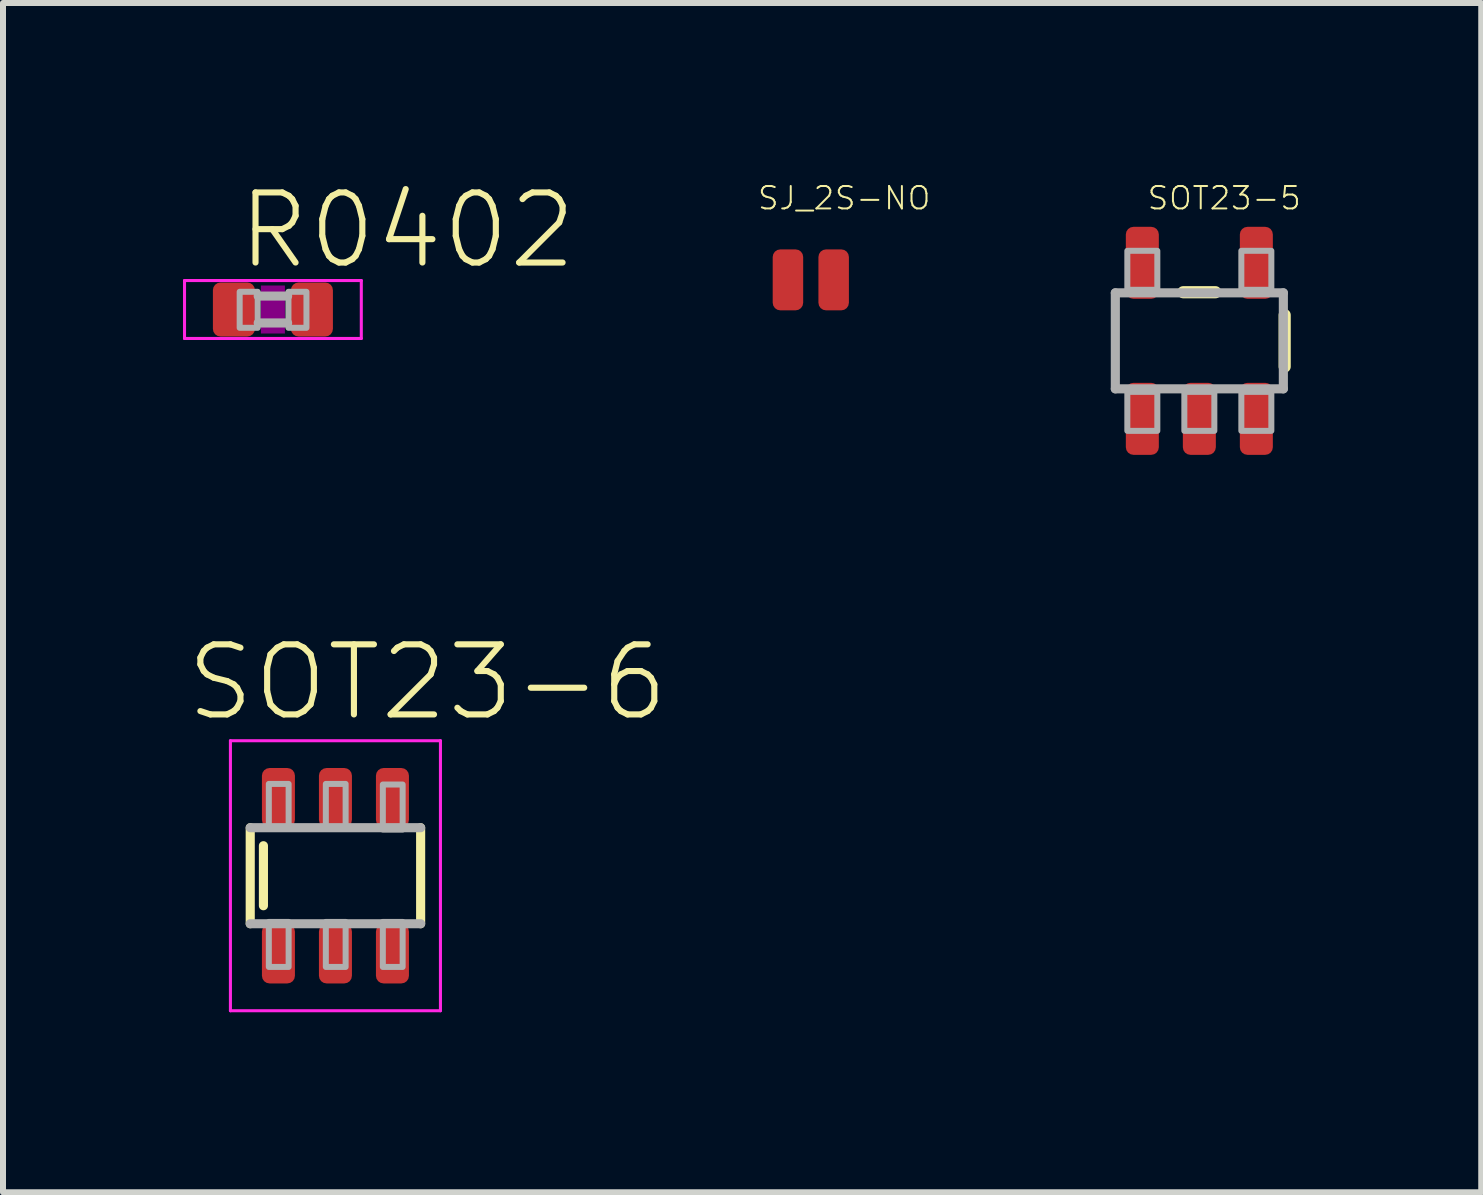
<source format=kicad_pcb>
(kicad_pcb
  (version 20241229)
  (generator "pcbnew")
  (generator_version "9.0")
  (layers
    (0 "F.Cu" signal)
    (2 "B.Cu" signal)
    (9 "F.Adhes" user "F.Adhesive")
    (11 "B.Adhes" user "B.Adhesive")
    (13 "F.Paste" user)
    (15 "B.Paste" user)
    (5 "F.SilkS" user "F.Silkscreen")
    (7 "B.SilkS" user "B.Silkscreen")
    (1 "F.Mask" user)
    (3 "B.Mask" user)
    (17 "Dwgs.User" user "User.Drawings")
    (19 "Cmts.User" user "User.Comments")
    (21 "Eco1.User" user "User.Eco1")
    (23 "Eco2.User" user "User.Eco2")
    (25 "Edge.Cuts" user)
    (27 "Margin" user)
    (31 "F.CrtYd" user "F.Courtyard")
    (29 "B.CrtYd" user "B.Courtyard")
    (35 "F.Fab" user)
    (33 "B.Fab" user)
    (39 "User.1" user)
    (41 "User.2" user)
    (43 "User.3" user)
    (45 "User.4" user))
  (footprint "SOT23-5"
    (layer "F.Cu")
    (at 16.937 2.63)
    (property "Reference" "SOT23-5" (at -0.889 -2.159 0) (unlocked yes) (layer "F.SilkS") (effects (font (size 0.374 0.374) (thickness 0.033)) (justify left bottom)))
    (fp_line (start -0.268 -0.81) (end 0.268 -0.81) (stroke (width 0.203) (type solid)) (layer "F.SilkS"))
    (fp_line (start 1.422 -0.429) (end 1.422 0.429) (stroke (width 0.203) (type solid)) (layer "F.SilkS"))
    (fp_line (start -1.4 -0.8) (end -1.4 0.8) (stroke (width 0.152) (type solid)) (layer "F.Fab"))
    (fp_line (start -1.4 -0.8) (end 1.4 -0.8) (stroke (width 0.152) (type solid)) (layer "F.Fab"))
    (fp_line (start 1.4 -0.8) (end 1.4 0.8) (stroke (width 0.152) (type solid)) (layer "F.Fab"))
    (fp_line (start 1.4 0.8) (end -1.4 0.8) (stroke (width 0.152) (type solid)) (layer "F.Fab"))
    (fp_poly (pts (xy -1.2 -0.85) (xy -0.7 -0.85) (xy -0.7 -1.5) (xy -1.2 -1.5)) (stroke (width 0.1) (type default)) (fill no) (layer "F.Fab"))
    (fp_poly (pts (xy -1.2 1.5) (xy -0.7 1.5) (xy -0.7 0.85) (xy -1.2 0.85)) (stroke (width 0.1) (type default)) (fill no) (layer "F.Fab"))
    (fp_poly (pts (xy -0.25 1.5) (xy 0.25 1.5) (xy 0.25 0.85) (xy -0.25 0.85)) (stroke (width 0.1) (type default)) (fill no) (layer "F.Fab"))
    (fp_poly (pts (xy 0.7 -0.85) (xy 1.2 -0.85) (xy 1.2 -1.5) (xy 0.7 -1.5)) (stroke (width 0.1) (type default)) (fill no) (layer "F.Fab"))
    (fp_poly (pts (xy 0.7 1.5) (xy 1.2 1.5) (xy 1.2 0.85) (xy 0.7 0.85)) (stroke (width 0.1) (type default)) (fill no) (layer "F.Fab"))
    (pad "1" smd roundrect (at -0.95 1.3) (size 0.55 1.2) (layers "F.Cu" "F.Mask" "F.Paste") (roundrect_rratio 0.231))
    (pad "2" smd roundrect (at 0 1.3) (size 0.55 1.2) (layers "F.Cu" "F.Mask" "F.Paste") (roundrect_rratio 0.231))
    (pad "3" smd roundrect (at 0.95 1.3) (size 0.55 1.2) (layers "F.Cu" "F.Mask" "F.Paste") (roundrect_rratio 0.231))
    (pad "4" smd roundrect (at 0.95 -1.3) (size 0.55 1.2) (layers "F.Cu" "F.Mask" "F.Paste") (roundrect_rratio 0.231))
    (pad "5" smd roundrect (at -0.95 -1.3) (size 0.55 1.2) (layers "F.Cu" "F.Mask" "F.Paste") (roundrect_rratio 0.231)))
  (footprint "R0402"
    (layer "F.Cu")
    (at 1.498 2.108)
    (property "Reference" "R0402" (at -0.635 -0.635 0) (unlocked yes) (layer "F.SilkS") (effects (font (size 1.168 1.168) (thickness 0.102)) (justify left bottom)))
    (fp_poly (pts (xy -0.2 0.4) (xy 0.2 0.4) (xy 0.2 -0.4) (xy -0.2 -0.4)) (stroke (width 0) (type default)) (fill yes) (layer "F.Adhes"))
    (fp_line (start -1.473 -0.483) (end 1.473 -0.483) (stroke (width 0.051) (type solid)) (layer "F.CrtYd"))
    (fp_line (start -1.473 0.483) (end -1.473 -0.483) (stroke (width 0.051) (type solid)) (layer "F.CrtYd"))
    (fp_line (start 1.473 -0.483) (end 1.473 0.483) (stroke (width 0.051) (type solid)) (layer "F.CrtYd"))
    (fp_line (start 1.473 0.483) (end -1.473 0.483) (stroke (width 0.051) (type solid)) (layer "F.CrtYd"))
    (fp_line (start -0.245 -0.224) (end 0.245 -0.224) (stroke (width 0.152) (type solid)) (layer "F.Fab"))
    (fp_line (start 0.245 0.224) (end -0.245 0.224) (stroke (width 0.152) (type solid)) (layer "F.Fab"))
    (fp_poly (pts (xy -0.554 0.305) (xy -0.254 0.305) (xy -0.254 -0.295) (xy -0.554 -0.295)) (stroke (width 0.1) (type default)) (fill no) (layer "F.Fab"))
    (fp_poly (pts (xy 0.259 0.305) (xy 0.559 0.305) (xy 0.559 -0.295) (xy 0.259 -0.295)) (stroke (width 0.1) (type default)) (fill no) (layer "F.Fab"))
    (pad "1" smd roundrect (at -0.65 0) (size 0.7 0.9) (layers "F.Cu" "F.Mask" "F.Paste") (roundrect_rratio 0.181))
    (pad "2" smd roundrect (at 0.65 0) (size 0.7 0.9) (layers "F.Cu" "F.Mask" "F.Paste") (roundrect_rratio 0.181)))
  (footprint "SJ_2S-NO"
    (layer "F.Cu")
    (at 10.462 1.614)
    (property "Reference" "SJ_2S-NO" (at -0.908 -1.143 0) (unlocked yes) (layer "F.SilkS") (effects (font (size 0.374 0.374) (thickness 0.033)) (justify left bottom)))
    (pad "1" smd roundrect (at -0.381 0) (size 0.508 1.016) (layers "F.Cu" "F.Mask" "F.Paste") (roundrect_rratio 0.25))
    (pad "2" smd roundrect (at 0.381 0) (size 0.508 1.016) (layers "F.Cu" "F.Mask" "F.Paste") (roundrect_rratio 0.25)))
  (footprint "SOT23-6"
    (layer "F.Cu")
    (at 2.54 11.544)
    (property "Reference" "SOT23-6" (at -2.54 -2.54 0) (unlocked yes) (layer "F.SilkS") (effects (font (size 1.168 1.168) (thickness 0.102)) (justify left bottom)))
    (fp_line (start -1.42 0.8) (end -1.42 -0.8) (stroke (width 0.152) (type solid)) (layer "F.SilkS"))
    (fp_line (start -1.2 -0.5) (end -1.2 0.5) (stroke (width 0.152) (type solid)) (layer "F.SilkS"))
    (fp_line (start 1.42 -0.8) (end 1.42 0.8) (stroke (width 0.152) (type solid)) (layer "F.SilkS"))
    (fp_line (start -1.75 -2.25) (end 1.75 -2.25) (stroke (width 0.051) (type solid)) (layer "F.CrtYd"))
    (fp_line (start -1.75 2.25) (end -1.75 -2.25) (stroke (width 0.051) (type solid)) (layer "F.CrtYd"))
    (fp_line (start 1.75 -2.25) (end 1.75 2.25) (stroke (width 0.051) (type solid)) (layer "F.CrtYd"))
    (fp_line (start 1.75 2.25) (end -1.75 2.25) (stroke (width 0.051) (type solid)) (layer "F.CrtYd"))
    (fp_line (start -1.42 -0.8) (end 1.42 -0.8) (stroke (width 0.152) (type solid)) (layer "F.Fab"))
    (fp_line (start 1.42 0.8) (end -1.42 0.8) (stroke (width 0.152) (type solid)) (layer "F.Fab"))
    (fp_poly (pts (xy -1.11 -0.78) (xy -0.78 -0.78) (xy -0.78 -1.53) (xy -1.11 -1.53)) (stroke (width 0.1) (type default)) (fill no) (layer "F.Fab"))
    (fp_poly (pts (xy -1.11 1.52) (xy -0.78 1.52) (xy -0.78 0.77) (xy -1.11 0.77)) (stroke (width 0.1) (type default)) (fill no) (layer "F.Fab"))
    (fp_poly (pts (xy -0.16 -0.78) (xy 0.17 -0.78) (xy 0.17 -1.53) (xy -0.16 -1.53)) (stroke (width 0.1) (type default)) (fill no) (layer "F.Fab"))
    (fp_poly (pts (xy -0.16 1.52) (xy 0.17 1.52) (xy 0.17 0.77) (xy -0.16 0.77)) (stroke (width 0.1) (type default)) (fill no) (layer "F.Fab"))
    (fp_poly (pts (xy 0.79 -0.77) (xy 1.12 -0.77) (xy 1.12 -1.52) (xy 0.79 -1.52)) (stroke (width 0.1) (type default)) (fill no) (layer "F.Fab"))
    (fp_poly (pts (xy 0.79 1.52) (xy 1.12 1.52) (xy 1.12 0.77) (xy 0.79 0.77)) (stroke (width 0.1) (type default)) (fill no) (layer "F.Fab"))
    (pad "1" smd roundrect (at -0.95 1.3) (size 0.55 0.99) (layers "F.Cu" "F.Mask" "F.Paste") (roundrect_rratio 0.231))
    (pad "2" smd roundrect (at 0 1.3) (size 0.55 0.99) (layers "F.Cu" "F.Mask" "F.Paste") (roundrect_rratio 0.231))
    (pad "3" smd roundrect (at 0.95 1.3) (size 0.55 0.99) (layers "F.Cu" "F.Mask" "F.Paste") (roundrect_rratio 0.231))
    (pad "4" smd roundrect (at 0.95 -1.3) (size 0.55 0.99) (layers "F.Cu" "F.Mask" "F.Paste") (roundrect_rratio 0.231))
    (pad "5" smd roundrect (at 0 -1.3) (size 0.55 0.99) (layers "F.Cu" "F.Mask" "F.Paste") (roundrect_rratio 0.231))
    (pad "6" smd roundrect (at -0.95 -1.3) (size 0.55 0.99) (layers "F.Cu" "F.Mask" "F.Paste") (roundrect_rratio 0.231)))
  (gr_rect
    (start -3 -3)
    (end 21.635 16.819)
    (stroke (width 0.1) (type default))
    (fill no)
    (layer "Edge.Cuts")))
</source>
